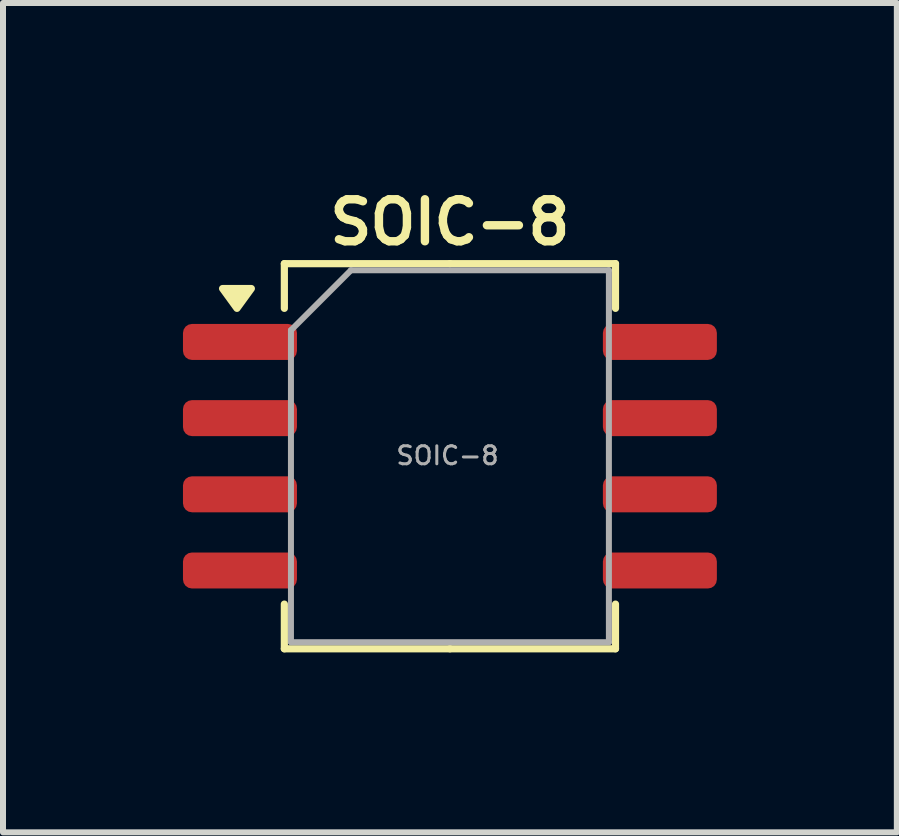
<source format=kicad_pcb>
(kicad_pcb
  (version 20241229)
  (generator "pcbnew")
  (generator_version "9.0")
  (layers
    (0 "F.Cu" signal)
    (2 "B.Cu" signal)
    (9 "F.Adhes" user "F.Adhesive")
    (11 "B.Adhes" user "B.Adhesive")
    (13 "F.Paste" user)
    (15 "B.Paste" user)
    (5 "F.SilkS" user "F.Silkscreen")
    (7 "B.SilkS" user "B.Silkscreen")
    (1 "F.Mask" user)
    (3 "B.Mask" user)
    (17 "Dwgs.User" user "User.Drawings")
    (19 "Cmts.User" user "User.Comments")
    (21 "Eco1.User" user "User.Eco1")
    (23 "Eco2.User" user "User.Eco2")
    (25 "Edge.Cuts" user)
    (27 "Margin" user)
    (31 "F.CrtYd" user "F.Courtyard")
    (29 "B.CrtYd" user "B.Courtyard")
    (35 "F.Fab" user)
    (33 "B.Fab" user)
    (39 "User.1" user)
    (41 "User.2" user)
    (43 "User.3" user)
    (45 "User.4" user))
  (footprint "SOIC-8"
    (layer "F.Cu")
    (at 4.45 4.555)
    (property "Reference" "SOIC-8" (at 0 -3.9 0) (layer "F.SilkS") (effects (font (size 0.7 0.7) (thickness 0.14) (bold yes))))
    (property "Value" "SOIC-8" (at 0 4.05 0) (layer "F.Fab") (hide yes) (effects (font (size 1 1) (thickness 0.15))))
    (attr smd)
    (fp_line (start -2.76 -3.21) (end -2.76 -2.465) (stroke (width 0.12) (type solid)) (layer "F.SilkS"))
    (fp_line (start -2.76 3.21) (end -2.76 2.465) (stroke (width 0.12) (type solid)) (layer "F.SilkS"))
    (fp_line (start 0 -3.21) (end -2.76 -3.21) (stroke (width 0.12) (type solid)) (layer "F.SilkS"))
    (fp_line (start 0 -3.21) (end 2.76 -3.21) (stroke (width 0.12) (type solid)) (layer "F.SilkS"))
    (fp_line (start 0 3.21) (end -2.76 3.21) (stroke (width 0.12) (type solid)) (layer "F.SilkS"))
    (fp_line (start 0 3.21) (end 2.76 3.21) (stroke (width 0.12) (type solid)) (layer "F.SilkS"))
    (fp_line (start 2.76 -3.21) (end 2.76 -2.465) (stroke (width 0.12) (type solid)) (layer "F.SilkS"))
    (fp_line (start 2.76 3.21) (end 2.76 2.465) (stroke (width 0.12) (type solid)) (layer "F.SilkS"))
    (fp_poly (pts (xy -3.55 -2.465) (xy -3.79 -2.795) (xy -3.31 -2.795) (xy -3.55 -2.465)) (stroke (width 0.12) (type solid)) (fill yes) (layer "F.SilkS"))
    (fp_line (start -2.65 -2.1) (end -1.65 -3.1) (stroke (width 0.1) (type solid)) (layer "F.Fab"))
    (fp_line (start -2.65 3.1) (end -2.65 -2.1) (stroke (width 0.1) (type solid)) (layer "F.Fab"))
    (fp_line (start -1.65 -3.1) (end 2.65 -3.1) (stroke (width 0.1) (type solid)) (layer "F.Fab"))
    (fp_line (start 2.65 -3.1) (end 2.65 3.1) (stroke (width 0.1) (type solid)) (layer "F.Fab"))
    (fp_line (start 2.65 3.1) (end -2.65 3.1) (stroke (width 0.1) (type solid)) (layer "F.Fab"))
    (fp_text user "${VALUE}" (at -0.04 -0.01 0) (layer "F.Fab") (effects (font (size 0.3 0.3) (thickness 0.05) (bold yes))))
    (pad "1" smd roundrect (at -3.5 -1.905) (size 1.9 0.6) (layers "F.Cu" "F.Mask" "F.Paste") (roundrect_rratio 0.25))
    (pad "2" smd roundrect (at -3.5 -0.635) (size 1.9 0.6) (layers "F.Cu" "F.Mask" "F.Paste") (roundrect_rratio 0.25))
    (pad "3" smd roundrect (at -3.5 0.635) (size 1.9 0.6) (layers "F.Cu" "F.Mask" "F.Paste") (roundrect_rratio 0.25))
    (pad "4" smd roundrect (at -3.5 1.905) (size 1.9 0.6) (layers "F.Cu" "F.Mask" "F.Paste") (roundrect_rratio 0.25))
    (pad "5" smd roundrect (at 3.5 1.905) (size 1.9 0.6) (layers "F.Cu" "F.Mask" "F.Paste") (roundrect_rratio 0.25))
    (pad "6" smd roundrect (at 3.5 0.635) (size 1.9 0.6) (layers "F.Cu" "F.Mask" "F.Paste") (roundrect_rratio 0.25))
    (pad "7" smd roundrect (at 3.5 -0.635) (size 1.9 0.6) (layers "F.Cu" "F.Mask" "F.Paste") (roundrect_rratio 0.25))
    (pad "8" smd roundrect (at 3.5 -1.905) (size 1.9 0.6) (layers "F.Cu" "F.Mask" "F.Paste") (roundrect_rratio 0.25)))
  (gr_rect
    (start -3 -3)
    (end 11.9 10.825)
    (stroke (width 0.1) (type default))
    (fill no)
    (layer "Edge.Cuts")))
</source>
